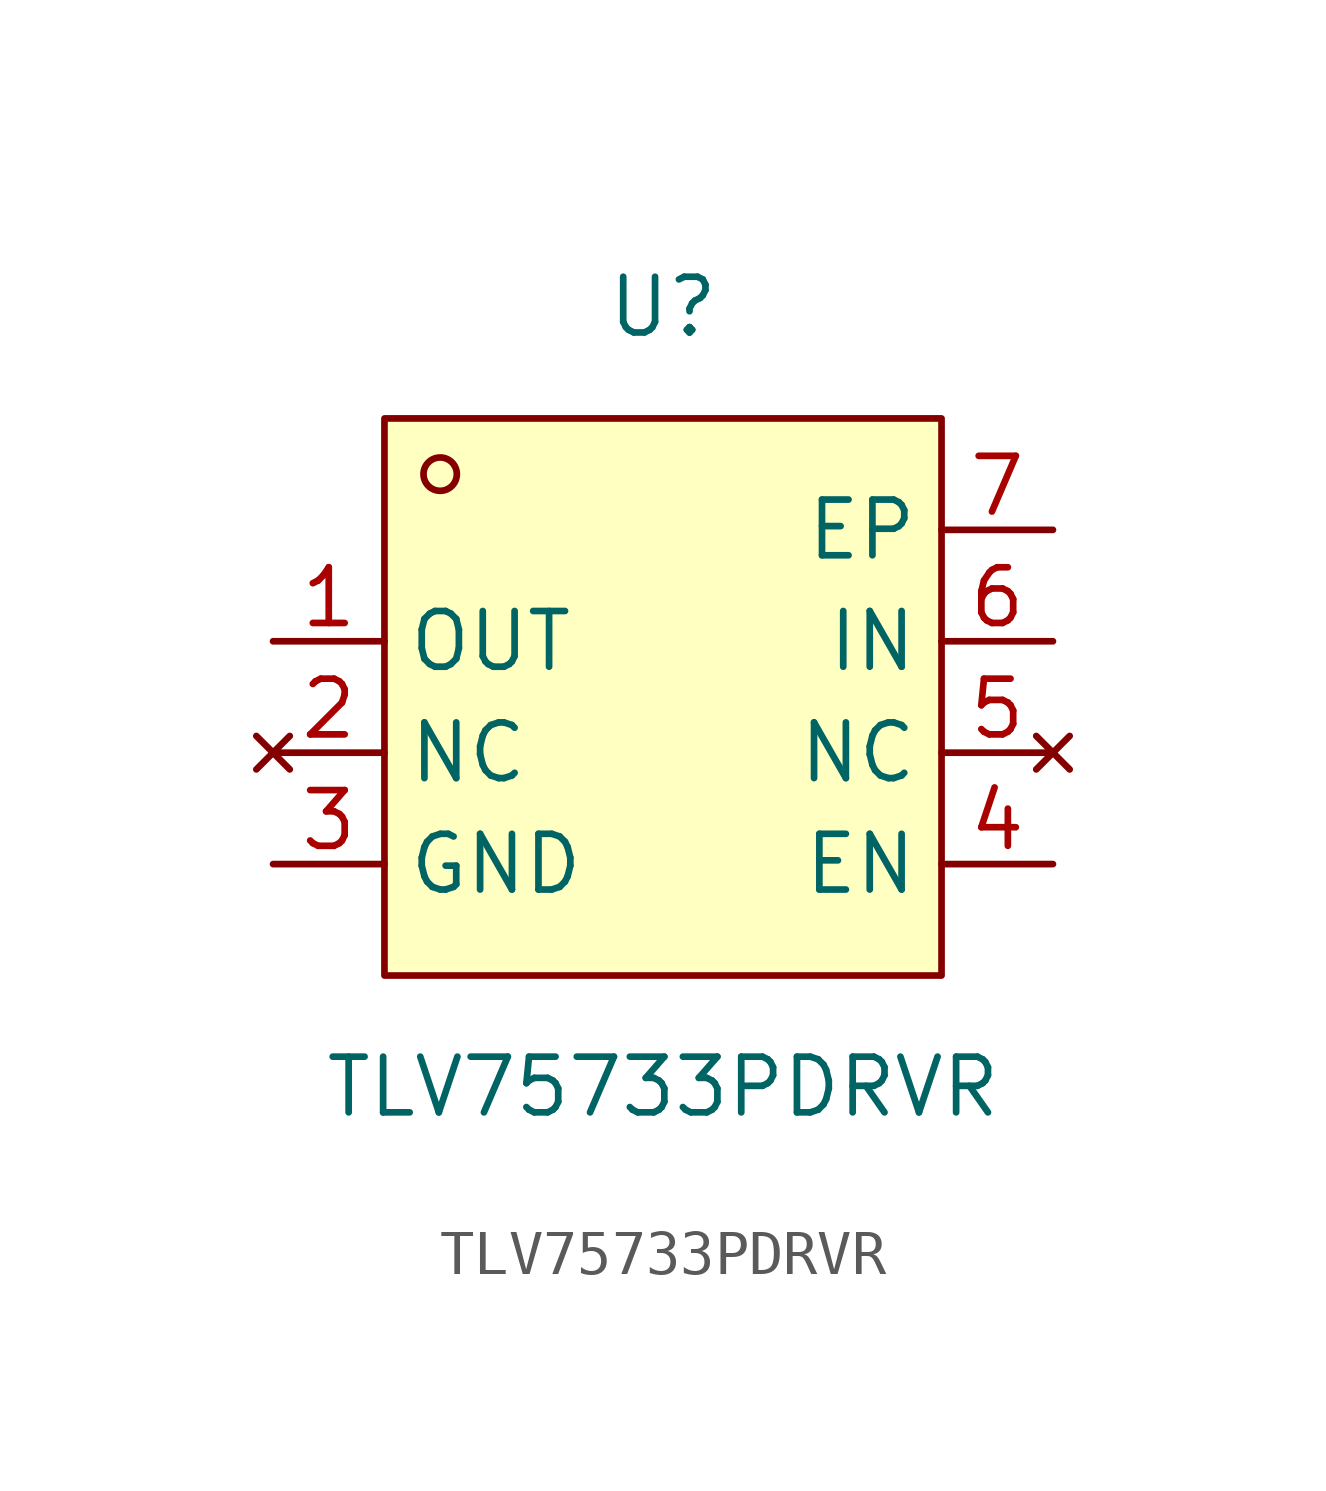
<source format=kicad_sym>
(kicad_symbol_lib
  (version 20231120)
  (generator "kicad_symbol_editor")
  (generator_version "8.0")
  (symbol "TLV75733PDRVR"
    (property "Reference" "U"
      (at 0 8.89 0)
      (effects (font (size 1.27 1.27))))
    (property "Value" "TLV75733PDRVR"
      (at 0 -8.89 0)
      (effects (font (size 1.27 1.27))))
    (symbol "TLV75733PDRVR_0_1"
      (rectangle (start -6.35 6.35) (end 6.35 -6.35) (stroke (width 0) (type default)) (fill (type background)))
      (circle (center -5.08 5.08) (radius 0.38) (stroke (width 0) (type default)) (fill (type none)))
      (pin power_in line (at -8.89 1.27 0) (length 2.54) (name "OUT" (effects (font (size 1.27 1.27)))) (number "1" (effects (font (size 1.27 1.27)))))
      (pin no_connect line (at -8.89 -1.27 0) (length 2.54) (name "NC" (effects (font (size 1.27 1.27)))) (number "2" (effects (font (size 1.27 1.27)))))
      (pin power_in line (at -8.89 -3.81 0) (length 2.54) (name "GND" (effects (font (size 1.27 1.27)))) (number "3" (effects (font (size 1.27 1.27)))))
      (pin power_in line (at 8.89 -3.81 180) (length 2.54) (name "EN" (effects (font (size 1.27 1.27)))) (number "4" (effects (font (size 1.27 1.27)))))
      (pin no_connect line (at 8.89 -1.27 180) (length 2.54) (name "NC" (effects (font (size 1.27 1.27)))) (number "5" (effects (font (size 1.27 1.27)))))
      (pin power_in line (at 8.89 1.27 180) (length 2.54) (name "IN" (effects (font (size 1.27 1.27)))) (number "6" (effects (font (size 1.27 1.27)))))
      (pin power_in line (at 8.89 3.81 180) (length 2.54) (name "EP" (effects (font (size 1.27 1.27)))) (number "7" (effects (font (size 1.27 1.27))))))))
</source>
